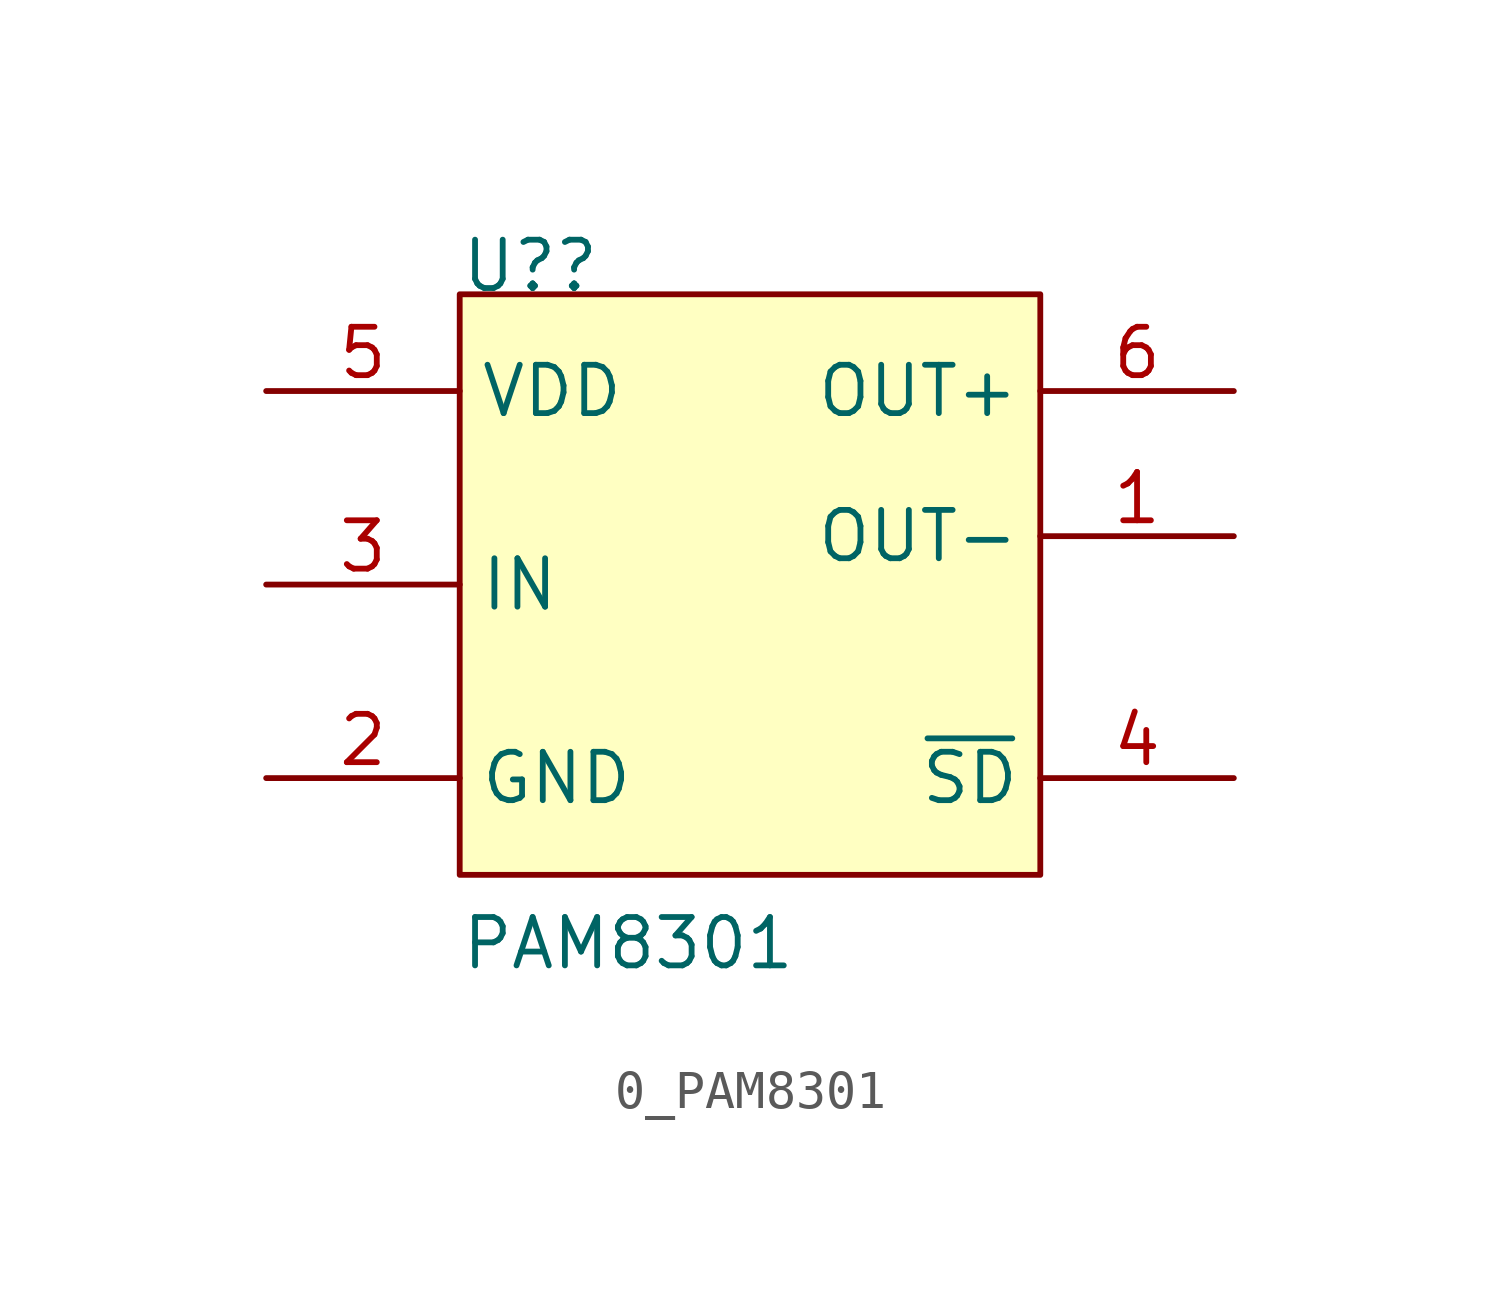
<source format=kicad_sym>
(kicad_symbol_lib
  (version 20241209)
  (generator "kicad_symbol_editor")
  (generator_version "9.0")
  (symbol "0_PAM8301"
    (property "Reference" "U?"
      (at 0 15.24 0)
      (effects (font (size 1.27 1.27)) (justify left bottom)))
    (property "Value" "PAM8301"
      (at 0 -2.54 0)
      (effects (font (size 1.27 1.27)) (justify left bottom)))
    (symbol "0_PAM8301_1_0"
      (rectangle (start 15.24 15.24) (end 0 0) (stroke (width 0) (type default)) (fill (type background)))
      (pin passive line (at -5.08 12.7 0) (length 5.08) (name "VDD" (effects (font (size 1.27 1.27)))) (number "5" (effects (font (size 1.27 1.27)))))
      (pin passive line (at -5.08 7.62 0) (length 5.08) (name "IN" (effects (font (size 1.27 1.27)))) (number "3" (effects (font (size 1.27 1.27)))))
      (pin passive line (at -5.08 2.54 0) (length 5.08) (name "GND" (effects (font (size 1.27 1.27)))) (number "2" (effects (font (size 1.27 1.27)))))
      (pin passive line (at 20.32 12.7 180) (length 5.08) (name "OUT+" (effects (font (size 1.27 1.27)))) (number "6" (effects (font (size 1.27 1.27)))))
      (pin passive line (at 20.32 8.89 180) (length 5.08) (name "OUT-" (effects (font (size 1.27 1.27)))) (number "1" (effects (font (size 1.27 1.27)))))
      (pin passive line (at 20.32 2.54 180) (length 5.08) (name "~{SD}" (effects (font (size 1.27 1.27)))) (number "4" (effects (font (size 1.27 1.27))))))))
</source>
